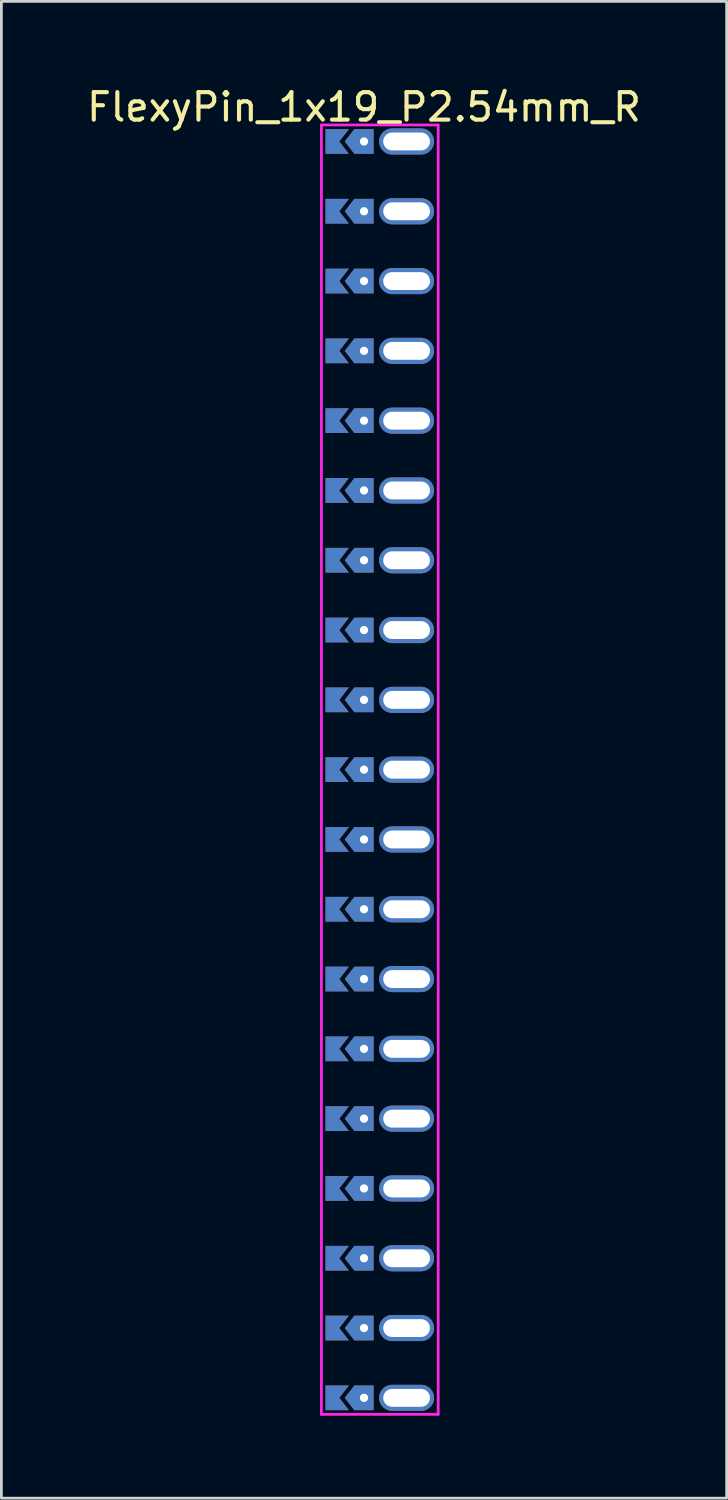
<source format=kicad_pcb>
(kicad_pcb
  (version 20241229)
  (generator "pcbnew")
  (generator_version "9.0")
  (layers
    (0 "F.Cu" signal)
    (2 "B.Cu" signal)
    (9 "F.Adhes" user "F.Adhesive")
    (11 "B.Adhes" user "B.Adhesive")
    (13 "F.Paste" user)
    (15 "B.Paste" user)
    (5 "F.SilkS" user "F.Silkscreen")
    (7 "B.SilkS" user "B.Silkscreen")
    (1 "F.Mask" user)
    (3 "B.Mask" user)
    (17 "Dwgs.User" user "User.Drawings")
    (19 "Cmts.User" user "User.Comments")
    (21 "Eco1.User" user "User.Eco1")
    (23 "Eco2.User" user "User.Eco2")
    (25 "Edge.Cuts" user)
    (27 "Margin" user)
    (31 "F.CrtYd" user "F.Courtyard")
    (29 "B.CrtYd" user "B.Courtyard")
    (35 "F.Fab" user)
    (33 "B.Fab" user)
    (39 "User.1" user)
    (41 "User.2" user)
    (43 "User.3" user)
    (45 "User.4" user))
  (footprint "FlexyPin_1x19_P2.54mm_R"
    (layer "F.Cu")
    (at 10.196 2.098)
    (property "Reference" "FlexyPin_1x19_P2.54mm_R" (at 0 -1.25 0) (layer "F.SilkS") (effects (font (size 1 1) (thickness 0.15))))
    (attr through_hole)
    (fp_line (start -1.55 -0.6) (end 2.7 -0.6) (stroke (width 0.1) (type solid)) (layer "F.CrtYd"))
    (fp_line (start -1.55 46.32) (end -1.55 -0.6) (stroke (width 0.1) (type solid)) (layer "F.CrtYd"))
    (fp_line (start 2.7 -0.6) (end 2.7 46.32) (stroke (width 0.1) (type solid)) (layer "F.CrtYd"))
    (fp_line (start 2.7 46.32) (end -1.55 46.32) (stroke (width 0.1) (type solid)) (layer "F.CrtYd"))
    (pad "" thru_hole custom (at 0 0) (size 0.3 0.3) (drill 0.6) (layers "*.Cu" "*.Mask") (options (anchor rect)) (primitives (gr_poly (pts (xy 0.35 0.45) (xy 0.35 -0.45) (xy -0.35 -0.45) (xy -0.7 0) (xy -0.35 0.45)) (width 0) (fill yes))))
    (pad "" thru_hole custom (at 0 2.54) (size 0.3 0.3) (drill 0.6) (layers "*.Cu" "*.Mask") (options (anchor rect)) (primitives (gr_poly (pts (xy 0.35 0.45) (xy 0.35 -0.45) (xy -0.35 -0.45) (xy -0.7 0) (xy -0.35 0.45)) (width 0) (fill yes))))
    (pad "" thru_hole custom (at 0 5.08) (size 0.3 0.3) (drill 0.6) (layers "*.Cu" "*.Mask") (options (anchor rect)) (primitives (gr_poly (pts (xy 0.35 0.45) (xy 0.35 -0.45) (xy -0.35 -0.45) (xy -0.7 0) (xy -0.35 0.45)) (width 0) (fill yes))))
    (pad "" thru_hole custom (at 0 7.62) (size 0.3 0.3) (drill 0.6) (layers "*.Cu" "*.Mask") (options (anchor rect)) (primitives (gr_poly (pts (xy 0.35 0.45) (xy 0.35 -0.45) (xy -0.35 -0.45) (xy -0.7 0) (xy -0.35 0.45)) (width 0) (fill yes))))
    (pad "" thru_hole custom (at 0 10.16) (size 0.3 0.3) (drill 0.6) (layers "*.Cu" "*.Mask") (options (anchor rect)) (primitives (gr_poly (pts (xy 0.35 0.45) (xy 0.35 -0.45) (xy -0.35 -0.45) (xy -0.7 0) (xy -0.35 0.45)) (width 0) (fill yes))))
    (pad "" thru_hole custom (at 0 12.7) (size 0.3 0.3) (drill 0.6) (layers "*.Cu" "*.Mask") (options (anchor rect)) (primitives (gr_poly (pts (xy 0.35 0.45) (xy 0.35 -0.45) (xy -0.35 -0.45) (xy -0.7 0) (xy -0.35 0.45)) (width 0) (fill yes))))
    (pad "" thru_hole custom (at 0 15.24) (size 0.3 0.3) (drill 0.6) (layers "*.Cu" "*.Mask") (options (anchor rect)) (primitives (gr_poly (pts (xy 0.35 0.45) (xy 0.35 -0.45) (xy -0.35 -0.45) (xy -0.7 0) (xy -0.35 0.45)) (width 0) (fill yes))))
    (pad "" thru_hole custom (at 0 17.78) (size 0.3 0.3) (drill 0.6) (layers "*.Cu" "*.Mask") (options (anchor rect)) (primitives (gr_poly (pts (xy 0.35 0.45) (xy 0.35 -0.45) (xy -0.35 -0.45) (xy -0.7 0) (xy -0.35 0.45)) (width 0) (fill yes))))
    (pad "" thru_hole custom (at 0 20.32) (size 0.3 0.3) (drill 0.6) (layers "*.Cu" "*.Mask") (options (anchor rect)) (primitives (gr_poly (pts (xy 0.35 0.45) (xy 0.35 -0.45) (xy -0.35 -0.45) (xy -0.7 0) (xy -0.35 0.45)) (width 0) (fill yes))))
    (pad "" thru_hole custom (at 0 22.86) (size 0.3 0.3) (drill 0.6) (layers "*.Cu" "*.Mask") (options (anchor rect)) (primitives (gr_poly (pts (xy 0.35 0.45) (xy 0.35 -0.45) (xy -0.35 -0.45) (xy -0.7 0) (xy -0.35 0.45)) (width 0) (fill yes))))
    (pad "" thru_hole custom (at 0 25.4) (size 0.3 0.3) (drill 0.6) (layers "*.Cu" "*.Mask") (options (anchor rect)) (primitives (gr_poly (pts (xy 0.35 0.45) (xy 0.35 -0.45) (xy -0.35 -0.45) (xy -0.7 0) (xy -0.35 0.45)) (width 0) (fill yes))))
    (pad "" thru_hole custom (at 0 27.94) (size 0.3 0.3) (drill 0.6) (layers "*.Cu" "*.Mask") (options (anchor rect)) (primitives (gr_poly (pts (xy 0.35 0.45) (xy 0.35 -0.45) (xy -0.35 -0.45) (xy -0.7 0) (xy -0.35 0.45)) (width 0) (fill yes))))
    (pad "" thru_hole custom (at 0 30.48) (size 0.3 0.3) (drill 0.6) (layers "*.Cu" "*.Mask") (options (anchor rect)) (primitives (gr_poly (pts (xy 0.35 0.45) (xy 0.35 -0.45) (xy -0.35 -0.45) (xy -0.7 0) (xy -0.35 0.45)) (width 0) (fill yes))))
    (pad "" thru_hole custom (at 0 33.02) (size 0.3 0.3) (drill 0.6) (layers "*.Cu" "*.Mask") (options (anchor rect)) (primitives (gr_poly (pts (xy 0.35 0.45) (xy 0.35 -0.45) (xy -0.35 -0.45) (xy -0.7 0) (xy -0.35 0.45)) (width 0) (fill yes))))
    (pad "" thru_hole custom (at 0 35.56) (size 0.3 0.3) (drill 0.6) (layers "*.Cu" "*.Mask") (options (anchor rect)) (primitives (gr_poly (pts (xy 0.35 0.45) (xy 0.35 -0.45) (xy -0.35 -0.45) (xy -0.7 0) (xy -0.35 0.45)) (width 0) (fill yes))))
    (pad "" thru_hole custom (at 0 38.1) (size 0.3 0.3) (drill 0.6) (layers "*.Cu" "*.Mask") (options (anchor rect)) (primitives (gr_poly (pts (xy 0.35 0.45) (xy 0.35 -0.45) (xy -0.35 -0.45) (xy -0.7 0) (xy -0.35 0.45)) (width 0) (fill yes))))
    (pad "" thru_hole custom (at 0 40.64) (size 0.3 0.3) (drill 0.6) (layers "*.Cu" "*.Mask") (options (anchor rect)) (primitives (gr_poly (pts (xy 0.35 0.45) (xy 0.35 -0.45) (xy -0.35 -0.45) (xy -0.7 0) (xy -0.35 0.45)) (width 0) (fill yes))))
    (pad "" thru_hole custom (at 0 43.18) (size 0.3 0.3) (drill 0.6) (layers "*.Cu" "*.Mask") (options (anchor rect)) (primitives (gr_poly (pts (xy 0.35 0.45) (xy 0.35 -0.45) (xy -0.35 -0.45) (xy -0.7 0) (xy -0.35 0.45)) (width 0) (fill yes))))
    (pad "" thru_hole custom (at 0 45.72) (size 0.3 0.3) (drill 0.6) (layers "*.Cu" "*.Mask") (options (anchor rect)) (primitives (gr_poly (pts (xy 0.35 0.45) (xy 0.35 -0.45) (xy -0.35 -0.45) (xy -0.7 0) (xy -0.35 0.45)) (width 0) (fill yes))))
    (pad "" thru_hole oval (at 1.55 0) (size 2 0.95) (drill oval 1.7 0.65) (layers "*.Cu" "*.Mask"))
    (pad "" thru_hole oval (at 1.55 2.54) (size 2 0.95) (drill oval 1.7 0.65) (layers "*.Cu" "*.Mask"))
    (pad "" thru_hole oval (at 1.55 5.08) (size 2 0.95) (drill oval 1.7 0.65) (layers "*.Cu" "*.Mask"))
    (pad "" thru_hole oval (at 1.55 7.62) (size 2 0.95) (drill oval 1.7 0.65) (layers "*.Cu" "*.Mask"))
    (pad "" thru_hole oval (at 1.55 10.16) (size 2 0.95) (drill oval 1.7 0.65) (layers "*.Cu" "*.Mask"))
    (pad "" thru_hole oval (at 1.55 12.7) (size 2 0.95) (drill oval 1.7 0.65) (layers "*.Cu" "*.Mask"))
    (pad "" thru_hole oval (at 1.55 15.24) (size 2 0.95) (drill oval 1.7 0.65) (layers "*.Cu" "*.Mask"))
    (pad "" thru_hole oval (at 1.55 17.78) (size 2 0.95) (drill oval 1.7 0.65) (layers "*.Cu" "*.Mask"))
    (pad "" thru_hole oval (at 1.55 20.32) (size 2 0.95) (drill oval 1.7 0.65) (layers "*.Cu" "*.Mask"))
    (pad "" thru_hole oval (at 1.55 22.86) (size 2 0.95) (drill oval 1.7 0.65) (layers "*.Cu" "*.Mask"))
    (pad "" thru_hole oval (at 1.55 25.4) (size 2 0.95) (drill oval 1.7 0.65) (layers "*.Cu" "*.Mask"))
    (pad "" thru_hole oval (at 1.55 27.94) (size 2 0.95) (drill oval 1.7 0.65) (layers "*.Cu" "*.Mask"))
    (pad "" thru_hole oval (at 1.55 30.48) (size 2 0.95) (drill oval 1.7 0.65) (layers "*.Cu" "*.Mask"))
    (pad "" thru_hole oval (at 1.55 33.02) (size 2 0.95) (drill oval 1.7 0.65) (layers "*.Cu" "*.Mask"))
    (pad "" thru_hole oval (at 1.55 35.56) (size 2 0.95) (drill oval 1.7 0.65) (layers "*.Cu" "*.Mask"))
    (pad "" thru_hole oval (at 1.55 38.1) (size 2 0.95) (drill oval 1.7 0.65) (layers "*.Cu" "*.Mask"))
    (pad "" thru_hole oval (at 1.55 40.64) (size 2 0.95) (drill oval 1.7 0.65) (layers "*.Cu" "*.Mask"))
    (pad "" thru_hole oval (at 1.55 43.18) (size 2 0.95) (drill oval 1.7 0.65) (layers "*.Cu" "*.Mask"))
    (pad "" thru_hole oval (at 1.55 45.72) (size 2 0.95) (drill oval 1.7 0.65) (layers "*.Cu" "*.Mask"))
    (pad "1" smd custom (at -0.9 0) (size 0.01 0.01) (layers "F.Cu" "F.Mask") (options (anchor rect)) (primitives (gr_poly (pts (xy 0 0) (xy 0.35 0.45) (xy -0.5 0.45) (xy -0.5 -0.45) (xy 0.35 -0.45)) (width 0) (fill yes))))
    (pad "1" smd custom (at -0.9 2.54) (size 0.01 0.01) (layers "F.Cu" "F.Mask") (options (anchor rect)) (primitives (gr_poly (pts (xy 0 0) (xy 0.35 0.45) (xy -0.5 0.45) (xy -0.5 -0.45) (xy 0.35 -0.45)) (width 0) (fill yes))))
    (pad "1" smd custom (at -0.9 5.08) (size 0.01 0.01) (layers "F.Cu" "F.Mask") (options (anchor rect)) (primitives (gr_poly (pts (xy 0 0) (xy 0.35 0.45) (xy -0.5 0.45) (xy -0.5 -0.45) (xy 0.35 -0.45)) (width 0) (fill yes))))
    (pad "1" smd custom (at -0.9 7.62) (size 0.01 0.01) (layers "F.Cu" "F.Mask") (options (anchor rect)) (primitives (gr_poly (pts (xy 0 0) (xy 0.35 0.45) (xy -0.5 0.45) (xy -0.5 -0.45) (xy 0.35 -0.45)) (width 0) (fill yes))))
    (pad "1" smd custom (at -0.9 10.16) (size 0.01 0.01) (layers "F.Cu" "F.Mask") (options (anchor rect)) (primitives (gr_poly (pts (xy 0 0) (xy 0.35 0.45) (xy -0.5 0.45) (xy -0.5 -0.45) (xy 0.35 -0.45)) (width 0) (fill yes))))
    (pad "1" smd custom (at -0.9 12.7) (size 0.01 0.01) (layers "F.Cu" "F.Mask") (options (anchor rect)) (primitives (gr_poly (pts (xy 0 0) (xy 0.35 0.45) (xy -0.5 0.45) (xy -0.5 -0.45) (xy 0.35 -0.45)) (width 0) (fill yes))))
    (pad "1" smd custom (at -0.9 15.24) (size 0.01 0.01) (layers "F.Cu" "F.Mask") (options (anchor rect)) (primitives (gr_poly (pts (xy 0 0) (xy 0.35 0.45) (xy -0.5 0.45) (xy -0.5 -0.45) (xy 0.35 -0.45)) (width 0) (fill yes))))
    (pad "1" smd custom (at -0.9 17.78) (size 0.01 0.01) (layers "F.Cu" "F.Mask") (options (anchor rect)) (primitives (gr_poly (pts (xy 0 0) (xy 0.35 0.45) (xy -0.5 0.45) (xy -0.5 -0.45) (xy 0.35 -0.45)) (width 0) (fill yes))))
    (pad "1" smd custom (at -0.9 20.32) (size 0.01 0.01) (layers "F.Cu" "F.Mask") (options (anchor rect)) (primitives (gr_poly (pts (xy 0 0) (xy 0.35 0.45) (xy -0.5 0.45) (xy -0.5 -0.45) (xy 0.35 -0.45)) (width 0) (fill yes))))
    (pad "1" smd custom (at -0.9 22.86) (size 0.01 0.01) (layers "F.Cu" "F.Mask") (options (anchor rect)) (primitives (gr_poly (pts (xy 0 0) (xy 0.35 0.45) (xy -0.5 0.45) (xy -0.5 -0.45) (xy 0.35 -0.45)) (width 0) (fill yes))))
    (pad "1" smd custom (at -0.9 25.4) (size 0.01 0.01) (layers "F.Cu" "F.Mask") (options (anchor rect)) (primitives (gr_poly (pts (xy 0 0) (xy 0.35 0.45) (xy -0.5 0.45) (xy -0.5 -0.45) (xy 0.35 -0.45)) (width 0) (fill yes))))
    (pad "1" smd custom (at -0.9 27.94) (size 0.01 0.01) (layers "F.Cu" "F.Mask") (options (anchor rect)) (primitives (gr_poly (pts (xy 0 0) (xy 0.35 0.45) (xy -0.5 0.45) (xy -0.5 -0.45) (xy 0.35 -0.45)) (width 0) (fill yes))))
    (pad "1" smd custom (at -0.9 30.48) (size 0.01 0.01) (layers "F.Cu" "F.Mask") (options (anchor rect)) (primitives (gr_poly (pts (xy 0 0) (xy 0.35 0.45) (xy -0.5 0.45) (xy -0.5 -0.45) (xy 0.35 -0.45)) (width 0) (fill yes))))
    (pad "1" smd custom (at -0.9 33.02) (size 0.01 0.01) (layers "F.Cu" "F.Mask") (options (anchor rect)) (primitives (gr_poly (pts (xy 0 0) (xy 0.35 0.45) (xy -0.5 0.45) (xy -0.5 -0.45) (xy 0.35 -0.45)) (width 0) (fill yes))))
    (pad "1" smd custom (at -0.9 35.56) (size 0.01 0.01) (layers "F.Cu" "F.Mask") (options (anchor rect)) (primitives (gr_poly (pts (xy 0 0) (xy 0.35 0.45) (xy -0.5 0.45) (xy -0.5 -0.45) (xy 0.35 -0.45)) (width 0) (fill yes))))
    (pad "1" smd custom (at -0.9 38.1) (size 0.01 0.01) (layers "F.Cu" "F.Mask") (options (anchor rect)) (primitives (gr_poly (pts (xy 0 0) (xy 0.35 0.45) (xy -0.5 0.45) (xy -0.5 -0.45) (xy 0.35 -0.45)) (width 0) (fill yes))))
    (pad "1" smd custom (at -0.9 40.64) (size 0.01 0.01) (layers "F.Cu" "F.Mask") (options (anchor rect)) (primitives (gr_poly (pts (xy 0 0) (xy 0.35 0.45) (xy -0.5 0.45) (xy -0.5 -0.45) (xy 0.35 -0.45)) (width 0) (fill yes))))
    (pad "1" smd custom (at -0.9 43.18) (size 0.01 0.01) (layers "F.Cu" "F.Mask") (options (anchor rect)) (primitives (gr_poly (pts (xy 0 0) (xy 0.35 0.45) (xy -0.5 0.45) (xy -0.5 -0.45) (xy 0.35 -0.45)) (width 0) (fill yes))))
    (pad "1" smd custom (at -0.9 45.72) (size 0.01 0.01) (layers "F.Cu" "F.Mask") (options (anchor rect)) (primitives (gr_poly (pts (xy 0 0) (xy 0.35 0.45) (xy -0.5 0.45) (xy -0.5 -0.45) (xy 0.35 -0.45)) (width 0) (fill yes))))
    (pad "2" smd custom (at -0.9 0) (size 0.01 0.01) (layers "B.Cu" "B.Mask") (options (anchor rect)) (primitives (gr_poly (pts (xy 0 0) (xy 0.35 0.45) (xy -0.5 0.45) (xy -0.5 -0.45) (xy 0.35 -0.45)) (width 0) (fill yes))))
    (pad "2" smd custom (at -0.9 2.54) (size 0.01 0.01) (layers "B.Cu" "B.Mask") (options (anchor rect)) (primitives (gr_poly (pts (xy 0 0) (xy 0.35 0.45) (xy -0.5 0.45) (xy -0.5 -0.45) (xy 0.35 -0.45)) (width 0) (fill yes))))
    (pad "2" smd custom (at -0.9 5.08) (size 0.01 0.01) (layers "B.Cu" "B.Mask") (options (anchor rect)) (primitives (gr_poly (pts (xy 0 0) (xy 0.35 0.45) (xy -0.5 0.45) (xy -0.5 -0.45) (xy 0.35 -0.45)) (width 0) (fill yes))))
    (pad "2" smd custom (at -0.9 7.62) (size 0.01 0.01) (layers "B.Cu" "B.Mask") (options (anchor rect)) (primitives (gr_poly (pts (xy 0 0) (xy 0.35 0.45) (xy -0.5 0.45) (xy -0.5 -0.45) (xy 0.35 -0.45)) (width 0) (fill yes))))
    (pad "2" smd custom (at -0.9 10.16) (size 0.01 0.01) (layers "B.Cu" "B.Mask") (options (anchor rect)) (primitives (gr_poly (pts (xy 0 0) (xy 0.35 0.45) (xy -0.5 0.45) (xy -0.5 -0.45) (xy 0.35 -0.45)) (width 0) (fill yes))))
    (pad "2" smd custom (at -0.9 12.7) (size 0.01 0.01) (layers "B.Cu" "B.Mask") (options (anchor rect)) (primitives (gr_poly (pts (xy 0 0) (xy 0.35 0.45) (xy -0.5 0.45) (xy -0.5 -0.45) (xy 0.35 -0.45)) (width 0) (fill yes))))
    (pad "2" smd custom (at -0.9 15.24) (size 0.01 0.01) (layers "B.Cu" "B.Mask") (options (anchor rect)) (primitives (gr_poly (pts (xy 0 0) (xy 0.35 0.45) (xy -0.5 0.45) (xy -0.5 -0.45) (xy 0.35 -0.45)) (width 0) (fill yes))))
    (pad "2" smd custom (at -0.9 17.78) (size 0.01 0.01) (layers "B.Cu" "B.Mask") (options (anchor rect)) (primitives (gr_poly (pts (xy 0 0) (xy 0.35 0.45) (xy -0.5 0.45) (xy -0.5 -0.45) (xy 0.35 -0.45)) (width 0) (fill yes))))
    (pad "2" smd custom (at -0.9 20.32) (size 0.01 0.01) (layers "B.Cu" "B.Mask") (options (anchor rect)) (primitives (gr_poly (pts (xy 0 0) (xy 0.35 0.45) (xy -0.5 0.45) (xy -0.5 -0.45) (xy 0.35 -0.45)) (width 0) (fill yes))))
    (pad "2" smd custom (at -0.9 22.86) (size 0.01 0.01) (layers "B.Cu" "B.Mask") (options (anchor rect)) (primitives (gr_poly (pts (xy 0 0) (xy 0.35 0.45) (xy -0.5 0.45) (xy -0.5 -0.45) (xy 0.35 -0.45)) (width 0) (fill yes))))
    (pad "2" smd custom (at -0.9 25.4) (size 0.01 0.01) (layers "B.Cu" "B.Mask") (options (anchor rect)) (primitives (gr_poly (pts (xy 0 0) (xy 0.35 0.45) (xy -0.5 0.45) (xy -0.5 -0.45) (xy 0.35 -0.45)) (width 0) (fill yes))))
    (pad "2" smd custom (at -0.9 27.94) (size 0.01 0.01) (layers "B.Cu" "B.Mask") (options (anchor rect)) (primitives (gr_poly (pts (xy 0 0) (xy 0.35 0.45) (xy -0.5 0.45) (xy -0.5 -0.45) (xy 0.35 -0.45)) (width 0) (fill yes))))
    (pad "2" smd custom (at -0.9 30.48) (size 0.01 0.01) (layers "B.Cu" "B.Mask") (options (anchor rect)) (primitives (gr_poly (pts (xy 0 0) (xy 0.35 0.45) (xy -0.5 0.45) (xy -0.5 -0.45) (xy 0.35 -0.45)) (width 0) (fill yes))))
    (pad "2" smd custom (at -0.9 33.02) (size 0.01 0.01) (layers "B.Cu" "B.Mask") (options (anchor rect)) (primitives (gr_poly (pts (xy 0 0) (xy 0.35 0.45) (xy -0.5 0.45) (xy -0.5 -0.45) (xy 0.35 -0.45)) (width 0) (fill yes))))
    (pad "2" smd custom (at -0.9 35.56) (size 0.01 0.01) (layers "B.Cu" "B.Mask") (options (anchor rect)) (primitives (gr_poly (pts (xy 0 0) (xy 0.35 0.45) (xy -0.5 0.45) (xy -0.5 -0.45) (xy 0.35 -0.45)) (width 0) (fill yes))))
    (pad "2" smd custom (at -0.9 38.1) (size 0.01 0.01) (layers "B.Cu" "B.Mask") (options (anchor rect)) (primitives (gr_poly (pts (xy 0 0) (xy 0.35 0.45) (xy -0.5 0.45) (xy -0.5 -0.45) (xy 0.35 -0.45)) (width 0) (fill yes))))
    (pad "2" smd custom (at -0.9 40.64) (size 0.01 0.01) (layers "B.Cu" "B.Mask") (options (anchor rect)) (primitives (gr_poly (pts (xy 0 0) (xy 0.35 0.45) (xy -0.5 0.45) (xy -0.5 -0.45) (xy 0.35 -0.45)) (width 0) (fill yes))))
    (pad "2" smd custom (at -0.9 43.18) (size 0.01 0.01) (layers "B.Cu" "B.Mask") (options (anchor rect)) (primitives (gr_poly (pts (xy 0 0) (xy 0.35 0.45) (xy -0.5 0.45) (xy -0.5 -0.45) (xy 0.35 -0.45)) (width 0) (fill yes))))
    (pad "2" smd custom (at -0.9 45.72) (size 0.01 0.01) (layers "B.Cu" "B.Mask") (options (anchor rect)) (primitives (gr_poly (pts (xy 0 0) (xy 0.35 0.45) (xy -0.5 0.45) (xy -0.5 -0.45) (xy 0.35 -0.45)) (width 0) (fill yes)))))
  (gr_rect
    (start -3 -3)
    (end 23.393 51.468)
    (stroke (width 0.1) (type default))
    (fill no)
    (layer "Edge.Cuts")))
</source>
